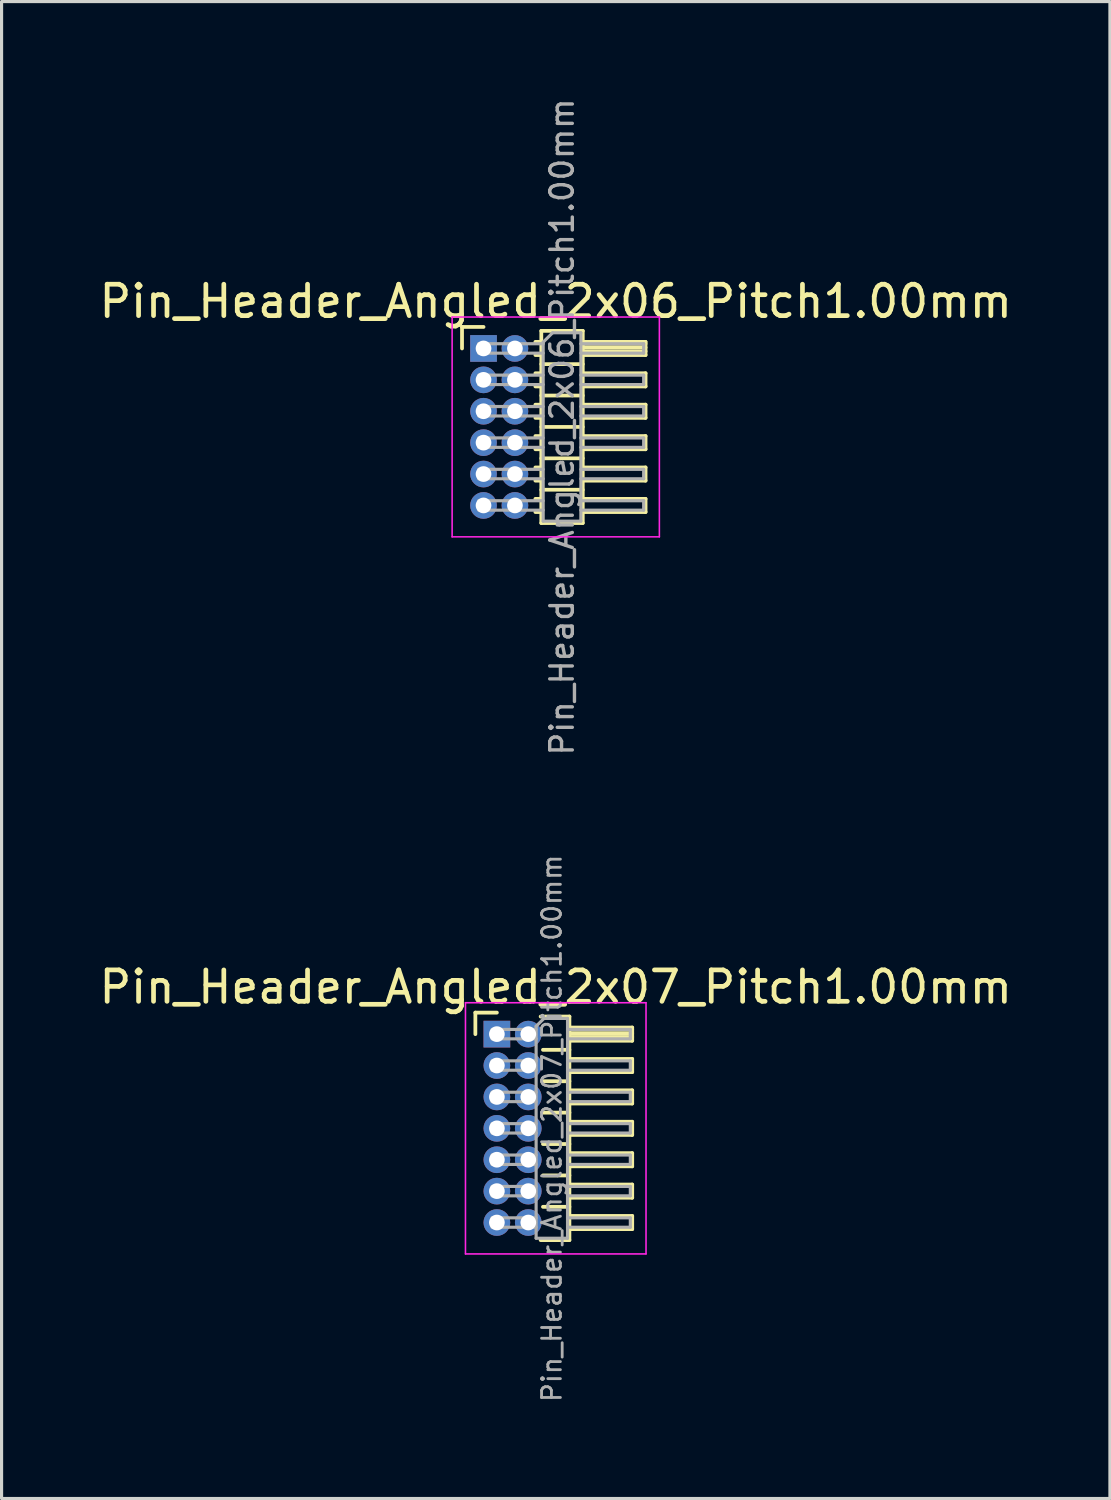
<source format=kicad_pcb>
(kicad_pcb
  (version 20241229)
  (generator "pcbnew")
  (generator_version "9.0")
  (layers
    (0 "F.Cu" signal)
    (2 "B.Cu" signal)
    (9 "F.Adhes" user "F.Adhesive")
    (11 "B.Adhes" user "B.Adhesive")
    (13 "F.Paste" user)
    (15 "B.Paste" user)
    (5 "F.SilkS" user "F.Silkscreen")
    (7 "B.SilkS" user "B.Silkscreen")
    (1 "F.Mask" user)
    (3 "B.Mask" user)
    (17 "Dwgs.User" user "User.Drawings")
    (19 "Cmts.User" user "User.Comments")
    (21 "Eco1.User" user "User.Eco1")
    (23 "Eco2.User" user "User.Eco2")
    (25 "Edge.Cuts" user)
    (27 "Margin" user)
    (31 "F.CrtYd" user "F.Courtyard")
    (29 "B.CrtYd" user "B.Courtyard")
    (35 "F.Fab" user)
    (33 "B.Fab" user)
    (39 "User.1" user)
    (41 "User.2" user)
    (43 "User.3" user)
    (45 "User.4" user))
  (footprint "Pin_Header_Angled_2x06_Pitch1.00mm"
    (layer "F.Cu")
    (at 12.349 8.047)
    (property "Reference" "Pin_Header_Angled_2x06_Pitch1.00mm" (at 2.3 -1.5 0) (layer "F.SilkS") (effects (font (size 1 1) (thickness 0.15))))
    (attr through_hole)
    (fp_line (start -0.685 -0.685) (end 0 -0.685) (stroke (width 0.12) (type solid)) (layer "F.SilkS"))
    (fp_line (start -0.685 0) (end -0.685 -0.685) (stroke (width 0.12) (type solid)) (layer "F.SilkS"))
    (fp_line (start 1.652 -0.21) (end 1.84 -0.21) (stroke (width 0.12) (type solid)) (layer "F.SilkS"))
    (fp_line (start 1.652 0.21) (end 1.84 0.21) (stroke (width 0.12) (type solid)) (layer "F.SilkS"))
    (fp_line (start 1.652 0.79) (end 1.84 0.79) (stroke (width 0.12) (type solid)) (layer "F.SilkS"))
    (fp_line (start 1.652 1.21) (end 1.84 1.21) (stroke (width 0.12) (type solid)) (layer "F.SilkS"))
    (fp_line (start 1.652 1.79) (end 1.84 1.79) (stroke (width 0.12) (type solid)) (layer "F.SilkS"))
    (fp_line (start 1.652 2.21) (end 1.84 2.21) (stroke (width 0.12) (type solid)) (layer "F.SilkS"))
    (fp_line (start 1.652 2.79) (end 1.84 2.79) (stroke (width 0.12) (type solid)) (layer "F.SilkS"))
    (fp_line (start 1.652 3.21) (end 1.84 3.21) (stroke (width 0.12) (type solid)) (layer "F.SilkS"))
    (fp_line (start 1.652 3.79) (end 1.84 3.79) (stroke (width 0.12) (type solid)) (layer "F.SilkS"))
    (fp_line (start 1.652 4.21) (end 1.84 4.21) (stroke (width 0.12) (type solid)) (layer "F.SilkS"))
    (fp_line (start 1.652 4.79) (end 1.84 4.79) (stroke (width 0.12) (type solid)) (layer "F.SilkS"))
    (fp_line (start 1.652 5.21) (end 1.84 5.21) (stroke (width 0.12) (type solid)) (layer "F.SilkS"))
    (fp_line (start 1.84 -0.56) (end 1.84 5.56) (stroke (width 0.12) (type solid)) (layer "F.SilkS"))
    (fp_line (start 1.84 0.5) (end 3.16 0.5) (stroke (width 0.12) (type solid)) (layer "F.SilkS"))
    (fp_line (start 1.84 1.5) (end 3.16 1.5) (stroke (width 0.12) (type solid)) (layer "F.SilkS"))
    (fp_line (start 1.84 2.5) (end 3.16 2.5) (stroke (width 0.12) (type solid)) (layer "F.SilkS"))
    (fp_line (start 1.84 3.5) (end 3.16 3.5) (stroke (width 0.12) (type solid)) (layer "F.SilkS"))
    (fp_line (start 1.84 4.5) (end 3.16 4.5) (stroke (width 0.12) (type solid)) (layer "F.SilkS"))
    (fp_line (start 1.84 5.56) (end 3.16 5.56) (stroke (width 0.12) (type solid)) (layer "F.SilkS"))
    (fp_line (start 3.16 -0.56) (end 1.84 -0.56) (stroke (width 0.12) (type solid)) (layer "F.SilkS"))
    (fp_line (start 3.16 -0.21) (end 5.16 -0.21) (stroke (width 0.12) (type solid)) (layer "F.SilkS"))
    (fp_line (start 3.16 -0.15) (end 5.16 -0.15) (stroke (width 0.12) (type solid)) (layer "F.SilkS"))
    (fp_line (start 3.16 -0.03) (end 5.16 -0.03) (stroke (width 0.12) (type solid)) (layer "F.SilkS"))
    (fp_line (start 3.16 0.09) (end 5.16 0.09) (stroke (width 0.12) (type solid)) (layer "F.SilkS"))
    (fp_line (start 3.16 0.79) (end 5.16 0.79) (stroke (width 0.12) (type solid)) (layer "F.SilkS"))
    (fp_line (start 3.16 1.79) (end 5.16 1.79) (stroke (width 0.12) (type solid)) (layer "F.SilkS"))
    (fp_line (start 3.16 2.79) (end 5.16 2.79) (stroke (width 0.12) (type solid)) (layer "F.SilkS"))
    (fp_line (start 3.16 3.79) (end 5.16 3.79) (stroke (width 0.12) (type solid)) (layer "F.SilkS"))
    (fp_line (start 3.16 4.79) (end 5.16 4.79) (stroke (width 0.12) (type solid)) (layer "F.SilkS"))
    (fp_line (start 3.16 5.56) (end 3.16 -0.56) (stroke (width 0.12) (type solid)) (layer "F.SilkS"))
    (fp_line (start 5.16 -0.21) (end 5.16 0.21) (stroke (width 0.12) (type solid)) (layer "F.SilkS"))
    (fp_line (start 5.16 0.21) (end 3.16 0.21) (stroke (width 0.12) (type solid)) (layer "F.SilkS"))
    (fp_line (start 5.16 0.79) (end 5.16 1.21) (stroke (width 0.12) (type solid)) (layer "F.SilkS"))
    (fp_line (start 5.16 1.21) (end 3.16 1.21) (stroke (width 0.12) (type solid)) (layer "F.SilkS"))
    (fp_line (start 5.16 1.79) (end 5.16 2.21) (stroke (width 0.12) (type solid)) (layer "F.SilkS"))
    (fp_line (start 5.16 2.21) (end 3.16 2.21) (stroke (width 0.12) (type solid)) (layer "F.SilkS"))
    (fp_line (start 5.16 2.79) (end 5.16 3.21) (stroke (width 0.12) (type solid)) (layer "F.SilkS"))
    (fp_line (start 5.16 3.21) (end 3.16 3.21) (stroke (width 0.12) (type solid)) (layer "F.SilkS"))
    (fp_line (start 5.16 3.79) (end 5.16 4.21) (stroke (width 0.12) (type solid)) (layer "F.SilkS"))
    (fp_line (start 5.16 4.21) (end 3.16 4.21) (stroke (width 0.12) (type solid)) (layer "F.SilkS"))
    (fp_line (start 5.16 4.79) (end 5.16 5.21) (stroke (width 0.12) (type solid)) (layer "F.SilkS"))
    (fp_line (start 5.16 5.21) (end 3.16 5.21) (stroke (width 0.12) (type solid)) (layer "F.SilkS"))
    (fp_line (start -1 -1) (end -1 6) (stroke (width 0.05) (type solid)) (layer "F.CrtYd"))
    (fp_line (start -1 6) (end 5.6 6) (stroke (width 0.05) (type solid)) (layer "F.CrtYd"))
    (fp_line (start 5.6 -1) (end -1 -1) (stroke (width 0.05) (type solid)) (layer "F.CrtYd"))
    (fp_line (start 5.6 6) (end 5.6 -1) (stroke (width 0.05) (type solid)) (layer "F.CrtYd"))
    (fp_line (start -0.15 -0.15) (end -0.15 0.15) (stroke (width 0.1) (type solid)) (layer "F.Fab"))
    (fp_line (start -0.15 -0.15) (end 1.9 -0.15) (stroke (width 0.1) (type solid)) (layer "F.Fab"))
    (fp_line (start -0.15 0.15) (end 1.9 0.15) (stroke (width 0.1) (type solid)) (layer "F.Fab"))
    (fp_line (start -0.15 0.85) (end -0.15 1.15) (stroke (width 0.1) (type solid)) (layer "F.Fab"))
    (fp_line (start -0.15 0.85) (end 1.9 0.85) (stroke (width 0.1) (type solid)) (layer "F.Fab"))
    (fp_line (start -0.15 1.15) (end 1.9 1.15) (stroke (width 0.1) (type solid)) (layer "F.Fab"))
    (fp_line (start -0.15 1.85) (end -0.15 2.15) (stroke (width 0.1) (type solid)) (layer "F.Fab"))
    (fp_line (start -0.15 1.85) (end 1.9 1.85) (stroke (width 0.1) (type solid)) (layer "F.Fab"))
    (fp_line (start -0.15 2.15) (end 1.9 2.15) (stroke (width 0.1) (type solid)) (layer "F.Fab"))
    (fp_line (start -0.15 2.85) (end -0.15 3.15) (stroke (width 0.1) (type solid)) (layer "F.Fab"))
    (fp_line (start -0.15 2.85) (end 1.9 2.85) (stroke (width 0.1) (type solid)) (layer "F.Fab"))
    (fp_line (start -0.15 3.15) (end 1.9 3.15) (stroke (width 0.1) (type solid)) (layer "F.Fab"))
    (fp_line (start -0.15 3.85) (end -0.15 4.15) (stroke (width 0.1) (type solid)) (layer "F.Fab"))
    (fp_line (start -0.15 3.85) (end 1.9 3.85) (stroke (width 0.1) (type solid)) (layer "F.Fab"))
    (fp_line (start -0.15 4.15) (end 1.9 4.15) (stroke (width 0.1) (type solid)) (layer "F.Fab"))
    (fp_line (start -0.15 4.85) (end -0.15 5.15) (stroke (width 0.1) (type solid)) (layer "F.Fab"))
    (fp_line (start -0.15 4.85) (end 1.9 4.85) (stroke (width 0.1) (type solid)) (layer "F.Fab"))
    (fp_line (start -0.15 5.15) (end 1.9 5.15) (stroke (width 0.1) (type solid)) (layer "F.Fab"))
    (fp_line (start 1.9 -0.2) (end 2.2 -0.5) (stroke (width 0.1) (type solid)) (layer "F.Fab"))
    (fp_line (start 1.9 5.5) (end 1.9 -0.2) (stroke (width 0.1) (type solid)) (layer "F.Fab"))
    (fp_line (start 2.2 -0.5) (end 3.1 -0.5) (stroke (width 0.1) (type solid)) (layer "F.Fab"))
    (fp_line (start 3.1 -0.5) (end 3.1 5.5) (stroke (width 0.1) (type solid)) (layer "F.Fab"))
    (fp_line (start 3.1 -0.15) (end 5.1 -0.15) (stroke (width 0.1) (type solid)) (layer "F.Fab"))
    (fp_line (start 3.1 0.15) (end 5.1 0.15) (stroke (width 0.1) (type solid)) (layer "F.Fab"))
    (fp_line (start 3.1 0.85) (end 5.1 0.85) (stroke (width 0.1) (type solid)) (layer "F.Fab"))
    (fp_line (start 3.1 1.15) (end 5.1 1.15) (stroke (width 0.1) (type solid)) (layer "F.Fab"))
    (fp_line (start 3.1 1.85) (end 5.1 1.85) (stroke (width 0.1) (type solid)) (layer "F.Fab"))
    (fp_line (start 3.1 2.15) (end 5.1 2.15) (stroke (width 0.1) (type solid)) (layer "F.Fab"))
    (fp_line (start 3.1 2.85) (end 5.1 2.85) (stroke (width 0.1) (type solid)) (layer "F.Fab"))
    (fp_line (start 3.1 3.15) (end 5.1 3.15) (stroke (width 0.1) (type solid)) (layer "F.Fab"))
    (fp_line (start 3.1 3.85) (end 5.1 3.85) (stroke (width 0.1) (type solid)) (layer "F.Fab"))
    (fp_line (start 3.1 4.15) (end 5.1 4.15) (stroke (width 0.1) (type solid)) (layer "F.Fab"))
    (fp_line (start 3.1 4.85) (end 5.1 4.85) (stroke (width 0.1) (type solid)) (layer "F.Fab"))
    (fp_line (start 3.1 5.15) (end 5.1 5.15) (stroke (width 0.1) (type solid)) (layer "F.Fab"))
    (fp_line (start 3.1 5.5) (end 1.9 5.5) (stroke (width 0.1) (type solid)) (layer "F.Fab"))
    (fp_line (start 5.1 -0.15) (end 5.1 0.15) (stroke (width 0.1) (type solid)) (layer "F.Fab"))
    (fp_line (start 5.1 0.85) (end 5.1 1.15) (stroke (width 0.1) (type solid)) (layer "F.Fab"))
    (fp_line (start 5.1 1.85) (end 5.1 2.15) (stroke (width 0.1) (type solid)) (layer "F.Fab"))
    (fp_line (start 5.1 2.85) (end 5.1 3.15) (stroke (width 0.1) (type solid)) (layer "F.Fab"))
    (fp_line (start 5.1 3.85) (end 5.1 4.15) (stroke (width 0.1) (type solid)) (layer "F.Fab"))
    (fp_line (start 5.1 4.85) (end 5.1 5.15) (stroke (width 0.1) (type solid)) (layer "F.Fab"))
    (fp_text user "${REFERENCE}" (at 2.5 2.5 90) (layer "F.Fab") (effects (font (size 0.72 0.72) (thickness 0.108))))
    (pad "1" thru_hole rect (at 0 0) (size 0.85 0.85) (drill 0.5) (layers "*.Cu" "*.Mask"))
    (pad "2" thru_hole oval (at 1 0) (size 0.85 0.85) (drill 0.5) (layers "*.Cu" "*.Mask"))
    (pad "3" thru_hole oval (at 0 1) (size 0.85 0.85) (drill 0.5) (layers "*.Cu" "*.Mask"))
    (pad "4" thru_hole oval (at 1 1) (size 0.85 0.85) (drill 0.5) (layers "*.Cu" "*.Mask"))
    (pad "5" thru_hole oval (at 0 2) (size 0.85 0.85) (drill 0.5) (layers "*.Cu" "*.Mask"))
    (pad "6" thru_hole oval (at 1 2) (size 0.85 0.85) (drill 0.5) (layers "*.Cu" "*.Mask"))
    (pad "7" thru_hole oval (at 0 3) (size 0.85 0.85) (drill 0.5) (layers "*.Cu" "*.Mask"))
    (pad "8" thru_hole oval (at 1 3) (size 0.85 0.85) (drill 0.5) (layers "*.Cu" "*.Mask"))
    (pad "9" thru_hole oval (at 0 4) (size 0.85 0.85) (drill 0.5) (layers "*.Cu" "*.Mask"))
    (pad "10" thru_hole oval (at 1 4) (size 0.85 0.85) (drill 0.5) (layers "*.Cu" "*.Mask"))
    (pad "11" thru_hole oval (at 0 5) (size 0.85 0.85) (drill 0.5) (layers "*.Cu" "*.Mask"))
    (pad "12" thru_hole oval (at 1 5) (size 0.85 0.85) (drill 0.5) (layers "*.Cu" "*.Mask")))
  (footprint "Pin_Header_Angled_2x07_Pitch1.00mm"
    (layer "F.Cu")
    (at 12.774 29.884)
    (property "Reference" "Pin_Header_Angled_2x07_Pitch1.00mm" (at 1.875 -1.5 0) (layer "F.SilkS") (effects (font (size 1 1) (thickness 0.15))))
    (attr through_hole)
    (fp_line (start -0.685 -0.685) (end 0 -0.685) (stroke (width 0.12) (type solid)) (layer "F.SilkS"))
    (fp_line (start -0.685 0) (end -0.685 -0.685) (stroke (width 0.12) (type solid)) (layer "F.SilkS"))
    (fp_line (start 1.394 -0.56) (end 2.31 -0.56) (stroke (width 0.12) (type solid)) (layer "F.SilkS"))
    (fp_line (start 1.468 0.5) (end 2.31 0.5) (stroke (width 0.12) (type solid)) (layer "F.SilkS"))
    (fp_line (start 1.468 1.5) (end 2.31 1.5) (stroke (width 0.12) (type solid)) (layer "F.SilkS"))
    (fp_line (start 1.468 2.5) (end 2.31 2.5) (stroke (width 0.12) (type solid)) (layer "F.SilkS"))
    (fp_line (start 1.468 3.5) (end 2.31 3.5) (stroke (width 0.12) (type solid)) (layer "F.SilkS"))
    (fp_line (start 1.468 4.5) (end 2.31 4.5) (stroke (width 0.12) (type solid)) (layer "F.SilkS"))
    (fp_line (start 1.468 5.5) (end 2.31 5.5) (stroke (width 0.12) (type solid)) (layer "F.SilkS"))
    (fp_line (start 2.31 -0.56) (end 2.31 6.56) (stroke (width 0.12) (type solid)) (layer "F.SilkS"))
    (fp_line (start 2.31 -0.21) (end 4.31 -0.21) (stroke (width 0.12) (type solid)) (layer "F.SilkS"))
    (fp_line (start 2.31 -0.15) (end 4.31 -0.15) (stroke (width 0.12) (type solid)) (layer "F.SilkS"))
    (fp_line (start 2.31 -0.03) (end 4.31 -0.03) (stroke (width 0.12) (type solid)) (layer "F.SilkS"))
    (fp_line (start 2.31 0.09) (end 4.31 0.09) (stroke (width 0.12) (type solid)) (layer "F.SilkS"))
    (fp_line (start 2.31 0.79) (end 4.31 0.79) (stroke (width 0.12) (type solid)) (layer "F.SilkS"))
    (fp_line (start 2.31 1.79) (end 4.31 1.79) (stroke (width 0.12) (type solid)) (layer "F.SilkS"))
    (fp_line (start 2.31 2.79) (end 4.31 2.79) (stroke (width 0.12) (type solid)) (layer "F.SilkS"))
    (fp_line (start 2.31 3.79) (end 4.31 3.79) (stroke (width 0.12) (type solid)) (layer "F.SilkS"))
    (fp_line (start 2.31 4.79) (end 4.31 4.79) (stroke (width 0.12) (type solid)) (layer "F.SilkS"))
    (fp_line (start 2.31 5.79) (end 4.31 5.79) (stroke (width 0.12) (type solid)) (layer "F.SilkS"))
    (fp_line (start 2.31 6.56) (end 1.394 6.56) (stroke (width 0.12) (type solid)) (layer "F.SilkS"))
    (fp_line (start 4.31 -0.21) (end 4.31 0.21) (stroke (width 0.12) (type solid)) (layer "F.SilkS"))
    (fp_line (start 4.31 0.21) (end 2.31 0.21) (stroke (width 0.12) (type solid)) (layer "F.SilkS"))
    (fp_line (start 4.31 0.79) (end 4.31 1.21) (stroke (width 0.12) (type solid)) (layer "F.SilkS"))
    (fp_line (start 4.31 1.21) (end 2.31 1.21) (stroke (width 0.12) (type solid)) (layer "F.SilkS"))
    (fp_line (start 4.31 1.79) (end 4.31 2.21) (stroke (width 0.12) (type solid)) (layer "F.SilkS"))
    (fp_line (start 4.31 2.21) (end 2.31 2.21) (stroke (width 0.12) (type solid)) (layer "F.SilkS"))
    (fp_line (start 4.31 2.79) (end 4.31 3.21) (stroke (width 0.12) (type solid)) (layer "F.SilkS"))
    (fp_line (start 4.31 3.21) (end 2.31 3.21) (stroke (width 0.12) (type solid)) (layer "F.SilkS"))
    (fp_line (start 4.31 3.79) (end 4.31 4.21) (stroke (width 0.12) (type solid)) (layer "F.SilkS"))
    (fp_line (start 4.31 4.21) (end 2.31 4.21) (stroke (width 0.12) (type solid)) (layer "F.SilkS"))
    (fp_line (start 4.31 4.79) (end 4.31 5.21) (stroke (width 0.12) (type solid)) (layer "F.SilkS"))
    (fp_line (start 4.31 5.21) (end 2.31 5.21) (stroke (width 0.12) (type solid)) (layer "F.SilkS"))
    (fp_line (start 4.31 5.79) (end 4.31 6.21) (stroke (width 0.12) (type solid)) (layer "F.SilkS"))
    (fp_line (start 4.31 6.21) (end 2.31 6.21) (stroke (width 0.12) (type solid)) (layer "F.SilkS"))
    (fp_line (start -1 -1) (end -1 7) (stroke (width 0.05) (type solid)) (layer "F.CrtYd"))
    (fp_line (start -1 7) (end 4.75 7) (stroke (width 0.05) (type solid)) (layer "F.CrtYd"))
    (fp_line (start 4.75 -1) (end -1 -1) (stroke (width 0.05) (type solid)) (layer "F.CrtYd"))
    (fp_line (start 4.75 7) (end 4.75 -1) (stroke (width 0.05) (type solid)) (layer "F.CrtYd"))
    (fp_line (start -0.15 -0.15) (end -0.15 0.15) (stroke (width 0.1) (type solid)) (layer "F.Fab"))
    (fp_line (start -0.15 -0.15) (end 1.25 -0.15) (stroke (width 0.1) (type solid)) (layer "F.Fab"))
    (fp_line (start -0.15 0.15) (end 1.25 0.15) (stroke (width 0.1) (type solid)) (layer "F.Fab"))
    (fp_line (start -0.15 0.85) (end -0.15 1.15) (stroke (width 0.1) (type solid)) (layer "F.Fab"))
    (fp_line (start -0.15 0.85) (end 1.25 0.85) (stroke (width 0.1) (type solid)) (layer "F.Fab"))
    (fp_line (start -0.15 1.15) (end 1.25 1.15) (stroke (width 0.1) (type solid)) (layer "F.Fab"))
    (fp_line (start -0.15 1.85) (end -0.15 2.15) (stroke (width 0.1) (type solid)) (layer "F.Fab"))
    (fp_line (start -0.15 1.85) (end 1.25 1.85) (stroke (width 0.1) (type solid)) (layer "F.Fab"))
    (fp_line (start -0.15 2.15) (end 1.25 2.15) (stroke (width 0.1) (type solid)) (layer "F.Fab"))
    (fp_line (start -0.15 2.85) (end -0.15 3.15) (stroke (width 0.1) (type solid)) (layer "F.Fab"))
    (fp_line (start -0.15 2.85) (end 1.25 2.85) (stroke (width 0.1) (type solid)) (layer "F.Fab"))
    (fp_line (start -0.15 3.15) (end 1.25 3.15) (stroke (width 0.1) (type solid)) (layer "F.Fab"))
    (fp_line (start -0.15 3.85) (end -0.15 4.15) (stroke (width 0.1) (type solid)) (layer "F.Fab"))
    (fp_line (start -0.15 3.85) (end 1.25 3.85) (stroke (width 0.1) (type solid)) (layer "F.Fab"))
    (fp_line (start -0.15 4.15) (end 1.25 4.15) (stroke (width 0.1) (type solid)) (layer "F.Fab"))
    (fp_line (start -0.15 4.85) (end -0.15 5.15) (stroke (width 0.1) (type solid)) (layer "F.Fab"))
    (fp_line (start -0.15 4.85) (end 1.25 4.85) (stroke (width 0.1) (type solid)) (layer "F.Fab"))
    (fp_line (start -0.15 5.15) (end 1.25 5.15) (stroke (width 0.1) (type solid)) (layer "F.Fab"))
    (fp_line (start -0.15 5.85) (end -0.15 6.15) (stroke (width 0.1) (type solid)) (layer "F.Fab"))
    (fp_line (start -0.15 5.85) (end 1.25 5.85) (stroke (width 0.1) (type solid)) (layer "F.Fab"))
    (fp_line (start -0.15 6.15) (end 1.25 6.15) (stroke (width 0.1) (type solid)) (layer "F.Fab"))
    (fp_line (start 1.25 -0.25) (end 1.5 -0.5) (stroke (width 0.1) (type solid)) (layer "F.Fab"))
    (fp_line (start 1.25 6.5) (end 1.25 -0.25) (stroke (width 0.1) (type solid)) (layer "F.Fab"))
    (fp_line (start 1.5 -0.5) (end 2.25 -0.5) (stroke (width 0.1) (type solid)) (layer "F.Fab"))
    (fp_line (start 2.25 -0.5) (end 2.25 6.5) (stroke (width 0.1) (type solid)) (layer "F.Fab"))
    (fp_line (start 2.25 -0.15) (end 4.25 -0.15) (stroke (width 0.1) (type solid)) (layer "F.Fab"))
    (fp_line (start 2.25 0.15) (end 4.25 0.15) (stroke (width 0.1) (type solid)) (layer "F.Fab"))
    (fp_line (start 2.25 0.85) (end 4.25 0.85) (stroke (width 0.1) (type solid)) (layer "F.Fab"))
    (fp_line (start 2.25 1.15) (end 4.25 1.15) (stroke (width 0.1) (type solid)) (layer "F.Fab"))
    (fp_line (start 2.25 1.85) (end 4.25 1.85) (stroke (width 0.1) (type solid)) (layer "F.Fab"))
    (fp_line (start 2.25 2.15) (end 4.25 2.15) (stroke (width 0.1) (type solid)) (layer "F.Fab"))
    (fp_line (start 2.25 2.85) (end 4.25 2.85) (stroke (width 0.1) (type solid)) (layer "F.Fab"))
    (fp_line (start 2.25 3.15) (end 4.25 3.15) (stroke (width 0.1) (type solid)) (layer "F.Fab"))
    (fp_line (start 2.25 3.85) (end 4.25 3.85) (stroke (width 0.1) (type solid)) (layer "F.Fab"))
    (fp_line (start 2.25 4.15) (end 4.25 4.15) (stroke (width 0.1) (type solid)) (layer "F.Fab"))
    (fp_line (start 2.25 4.85) (end 4.25 4.85) (stroke (width 0.1) (type solid)) (layer "F.Fab"))
    (fp_line (start 2.25 5.15) (end 4.25 5.15) (stroke (width 0.1) (type solid)) (layer "F.Fab"))
    (fp_line (start 2.25 5.85) (end 4.25 5.85) (stroke (width 0.1) (type solid)) (layer "F.Fab"))
    (fp_line (start 2.25 6.15) (end 4.25 6.15) (stroke (width 0.1) (type solid)) (layer "F.Fab"))
    (fp_line (start 2.25 6.5) (end 1.25 6.5) (stroke (width 0.1) (type solid)) (layer "F.Fab"))
    (fp_line (start 4.25 -0.15) (end 4.25 0.15) (stroke (width 0.1) (type solid)) (layer "F.Fab"))
    (fp_line (start 4.25 0.85) (end 4.25 1.15) (stroke (width 0.1) (type solid)) (layer "F.Fab"))
    (fp_line (start 4.25 1.85) (end 4.25 2.15) (stroke (width 0.1) (type solid)) (layer "F.Fab"))
    (fp_line (start 4.25 2.85) (end 4.25 3.15) (stroke (width 0.1) (type solid)) (layer "F.Fab"))
    (fp_line (start 4.25 3.85) (end 4.25 4.15) (stroke (width 0.1) (type solid)) (layer "F.Fab"))
    (fp_line (start 4.25 4.85) (end 4.25 5.15) (stroke (width 0.1) (type solid)) (layer "F.Fab"))
    (fp_line (start 4.25 5.85) (end 4.25 6.15) (stroke (width 0.1) (type solid)) (layer "F.Fab"))
    (fp_text user "${REFERENCE}" (at 1.75 3 90) (layer "F.Fab") (effects (font (size 0.6 0.6) (thickness 0.09))))
    (pad "1" thru_hole rect (at 0 0) (size 0.85 0.85) (drill 0.5) (layers "*.Cu" "*.Mask"))
    (pad "2" thru_hole oval (at 1 0) (size 0.85 0.85) (drill 0.5) (layers "*.Cu" "*.Mask"))
    (pad "3" thru_hole oval (at 0 1) (size 0.85 0.85) (drill 0.5) (layers "*.Cu" "*.Mask"))
    (pad "4" thru_hole oval (at 1 1) (size 0.85 0.85) (drill 0.5) (layers "*.Cu" "*.Mask"))
    (pad "5" thru_hole oval (at 0 2) (size 0.85 0.85) (drill 0.5) (layers "*.Cu" "*.Mask"))
    (pad "6" thru_hole oval (at 1 2) (size 0.85 0.85) (drill 0.5) (layers "*.Cu" "*.Mask"))
    (pad "7" thru_hole oval (at 0 3) (size 0.85 0.85) (drill 0.5) (layers "*.Cu" "*.Mask"))
    (pad "8" thru_hole oval (at 1 3) (size 0.85 0.85) (drill 0.5) (layers "*.Cu" "*.Mask"))
    (pad "9" thru_hole oval (at 0 4) (size 0.85 0.85) (drill 0.5) (layers "*.Cu" "*.Mask"))
    (pad "10" thru_hole oval (at 1 4) (size 0.85 0.85) (drill 0.5) (layers "*.Cu" "*.Mask"))
    (pad "11" thru_hole oval (at 0 5) (size 0.85 0.85) (drill 0.5) (layers "*.Cu" "*.Mask"))
    (pad "12" thru_hole oval (at 1 5) (size 0.85 0.85) (drill 0.5) (layers "*.Cu" "*.Mask"))
    (pad "13" thru_hole oval (at 0 6) (size 0.85 0.85) (drill 0.5) (layers "*.Cu" "*.Mask"))
    (pad "14" thru_hole oval (at 1 6) (size 0.85 0.85) (drill 0.5) (layers "*.Cu" "*.Mask")))
  (gr_rect
    (start -3 -3)
    (end 32.298 44.673)
    (stroke (width 0.1) (type default))
    (fill no)
    (layer "Edge.Cuts")))
</source>
